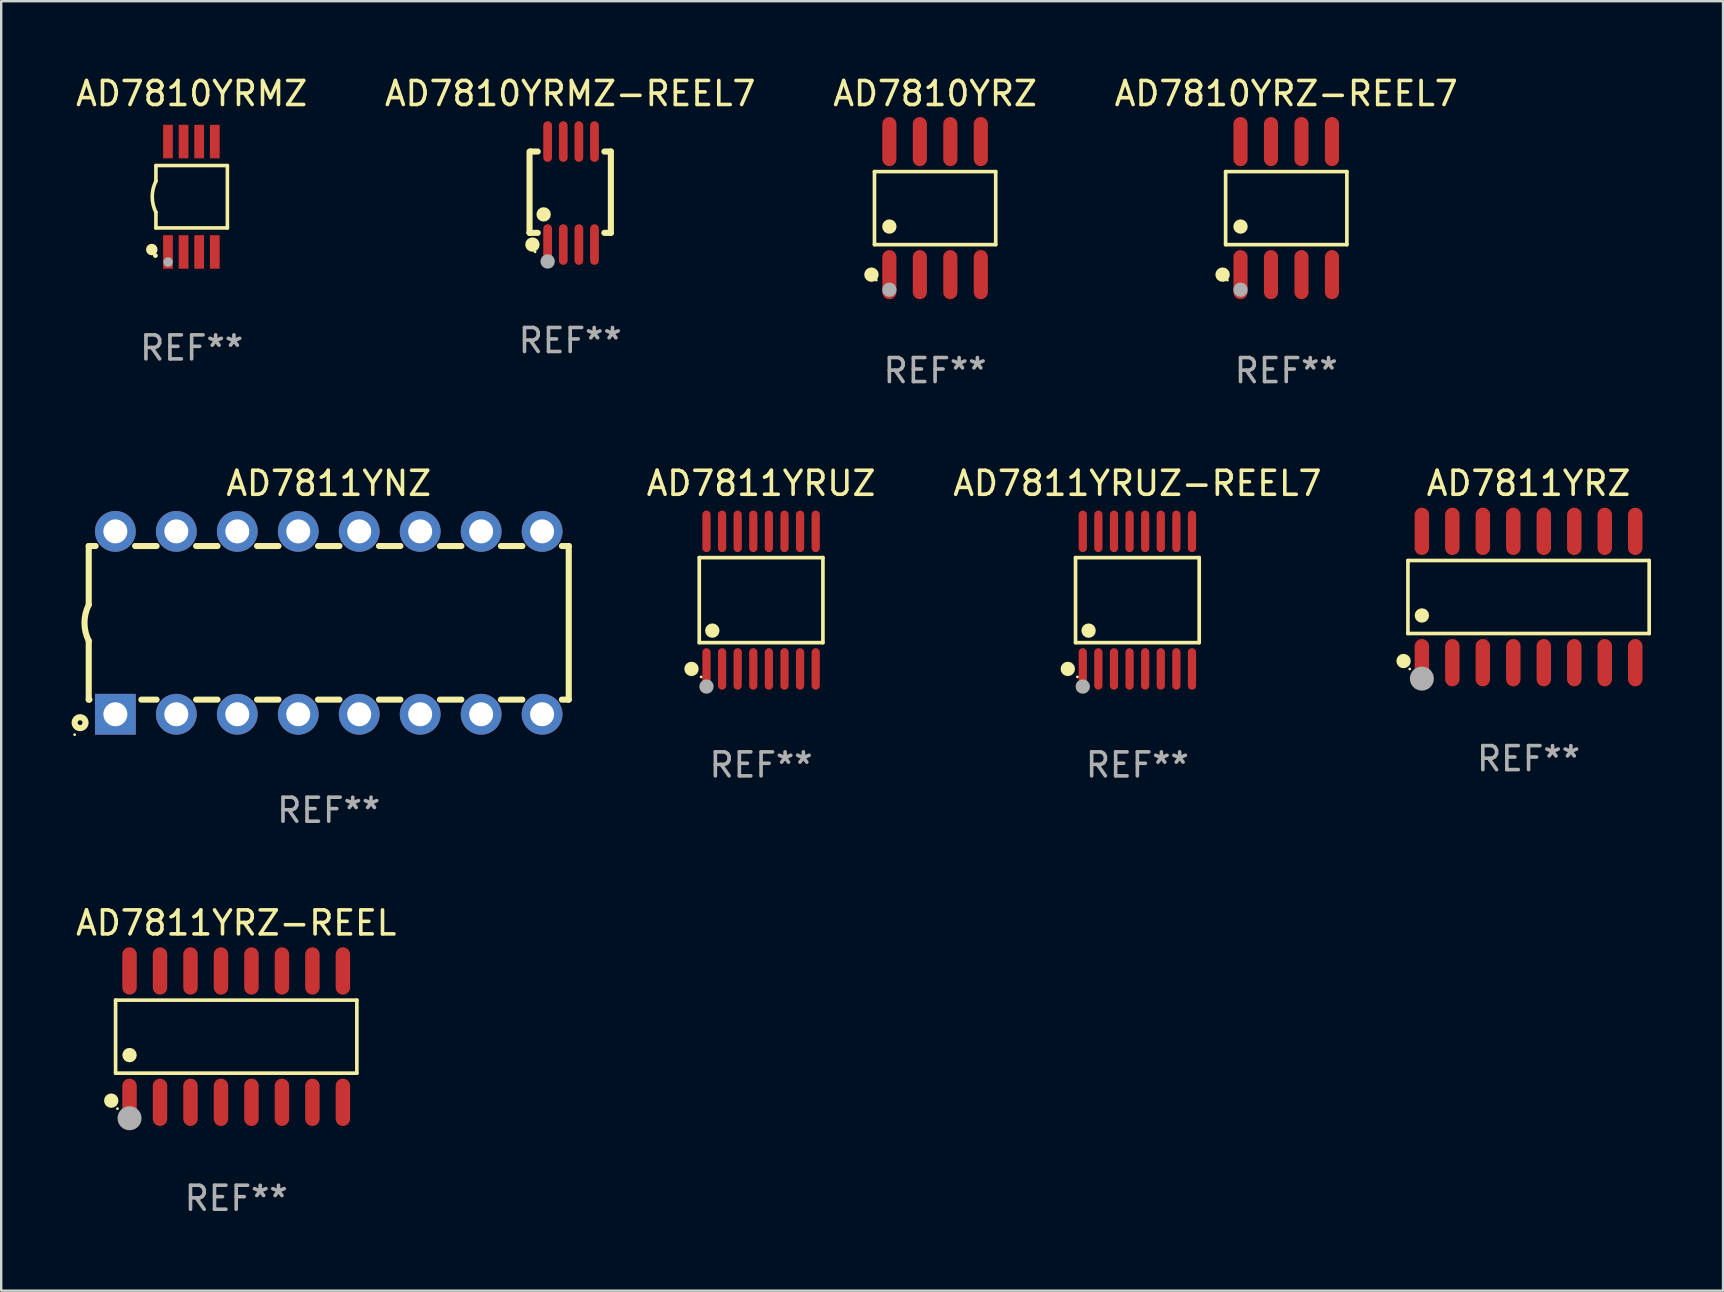
<source format=kicad_pcb>
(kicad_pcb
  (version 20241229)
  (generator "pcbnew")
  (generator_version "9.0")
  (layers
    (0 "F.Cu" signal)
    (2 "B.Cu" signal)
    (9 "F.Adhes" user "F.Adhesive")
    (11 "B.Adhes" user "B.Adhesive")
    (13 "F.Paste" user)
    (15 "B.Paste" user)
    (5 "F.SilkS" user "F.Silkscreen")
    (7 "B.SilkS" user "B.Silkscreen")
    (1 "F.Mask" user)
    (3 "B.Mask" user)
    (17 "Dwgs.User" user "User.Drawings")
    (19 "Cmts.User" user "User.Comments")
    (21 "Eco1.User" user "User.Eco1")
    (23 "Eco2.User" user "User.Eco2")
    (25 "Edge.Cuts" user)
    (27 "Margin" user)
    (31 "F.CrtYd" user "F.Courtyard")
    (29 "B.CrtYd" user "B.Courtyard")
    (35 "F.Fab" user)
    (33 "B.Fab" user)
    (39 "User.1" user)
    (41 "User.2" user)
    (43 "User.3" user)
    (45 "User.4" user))
  (footprint "AD7810YRZ-REEL7"
    (layer "F.Cu")
    (at 50.542 5.621)
    (property "Reference" "AD7810YRZ-REEL7" (at 0 -4.772 0) (layer "F.SilkS") (effects (font (size 1 1) (thickness 0.15))))
    (attr through_hole)
    (fp_line (start -2.526 -1.521) (end 2.526 -1.521) (stroke (width 0.152) (type solid)) (layer "F.SilkS"))
    (fp_line (start -2.526 1.521) (end -2.526 -1.521) (stroke (width 0.152) (type solid)) (layer "F.SilkS"))
    (fp_line (start 2.526 -1.521) (end 2.526 1.521) (stroke (width 0.152) (type solid)) (layer "F.SilkS"))
    (fp_line (start 2.526 1.521) (end -2.526 1.521) (stroke (width 0.152) (type solid)) (layer "F.SilkS"))
    (fp_circle (center -2.652 2.772) (end -2.501 2.772) (stroke (width 0.3) (type solid)) (fill no) (layer "F.SilkS"))
    (fp_circle (center -2.45 3) (end -2.42 3) (stroke (width 0.06) (type solid)) (fill no) (layer "F.SilkS"))
    (fp_circle (center -1.905 0.769) (end -1.755 0.769) (stroke (width 0.3) (type solid)) (fill no) (layer "F.SilkS"))
    (fp_circle (center -1.905 3.4) (end -1.755 3.4) (stroke (width 0.3) (type solid)) (fill no) (layer "F.Fab"))
    (fp_text user "REF**" (at 0 6.772 0) (layer "F.Fab") (effects (font (size 1 1) (thickness 0.15))))
    (pad "1" smd oval (at -1.905 2.772) (size 0.588 2.045) (layers "F.Cu" "F.Mask" "F.Paste"))
    (pad "2" smd oval (at -0.635 2.772) (size 0.588 2.045) (layers "F.Cu" "F.Mask" "F.Paste"))
    (pad "3" smd oval (at 0.635 2.772) (size 0.588 2.045) (layers "F.Cu" "F.Mask" "F.Paste"))
    (pad "4" smd oval (at 1.905 2.772) (size 0.588 2.045) (layers "F.Cu" "F.Mask" "F.Paste"))
    (pad "5" smd oval (at 1.905 -2.772) (size 0.588 2.045) (layers "F.Cu" "F.Mask" "F.Paste"))
    (pad "6" smd oval (at 0.635 -2.772) (size 0.588 2.045) (layers "F.Cu" "F.Mask" "F.Paste"))
    (pad "7" smd oval (at -0.635 -2.772) (size 0.588 2.045) (layers "F.Cu" "F.Mask" "F.Paste"))
    (pad "8" smd oval (at -1.905 -2.772) (size 0.588 2.045) (layers "F.Cu" "F.Mask" "F.Paste")))
  (footprint "AD7811YRUZ-REEL7"
    (layer "F.Cu")
    (at 44.339 21.955)
    (property "Reference" "AD7811YRUZ-REEL7" (at 0 -4.866 0) (layer "F.SilkS") (effects (font (size 1 1) (thickness 0.15))))
    (attr through_hole)
    (fp_line (start -2.576 -1.772) (end 2.576 -1.772) (stroke (width 0.152) (type solid)) (layer "F.SilkS"))
    (fp_line (start -2.576 1.771) (end -2.576 -1.772) (stroke (width 0.152) (type solid)) (layer "F.SilkS"))
    (fp_line (start 2.576 -1.772) (end 2.576 1.771) (stroke (width 0.152) (type solid)) (layer "F.SilkS"))
    (fp_line (start 2.576 1.771) (end -2.576 1.771) (stroke (width 0.152) (type solid)) (layer "F.SilkS"))
    (fp_circle (center -2.899 2.866) (end -2.749 2.866) (stroke (width 0.3) (type solid)) (fill no) (layer "F.SilkS"))
    (fp_circle (center -2.5 3.2) (end -2.47 3.2) (stroke (width 0.06) (type solid)) (fill no) (layer "F.SilkS"))
    (fp_circle (center -2.032 1.27) (end -1.882 1.27) (stroke (width 0.3) (type solid)) (fill no) (layer "F.SilkS"))
    (fp_circle (center -2.275 3.6) (end -2.125 3.6) (stroke (width 0.3) (type solid)) (fill no) (layer "F.Fab"))
    (fp_text user "REF**" (at 0 6.866 0) (layer "F.Fab") (effects (font (size 1 1) (thickness 0.15))))
    (pad "1" smd oval (at -2.275 2.866) (size 0.343 1.731) (layers "F.Cu" "F.Mask" "F.Paste"))
    (pad "2" smd oval (at -1.625 2.866) (size 0.343 1.731) (layers "F.Cu" "F.Mask" "F.Paste"))
    (pad "3" smd oval (at -0.975 2.866) (size 0.343 1.731) (layers "F.Cu" "F.Mask" "F.Paste"))
    (pad "4" smd oval (at -0.325 2.866) (size 0.343 1.731) (layers "F.Cu" "F.Mask" "F.Paste"))
    (pad "5" smd oval (at 0.325 2.866) (size 0.343 1.731) (layers "F.Cu" "F.Mask" "F.Paste"))
    (pad "6" smd oval (at 0.975 2.866) (size 0.343 1.731) (layers "F.Cu" "F.Mask" "F.Paste"))
    (pad "7" smd oval (at 1.625 2.866) (size 0.343 1.731) (layers "F.Cu" "F.Mask" "F.Paste"))
    (pad "8" smd oval (at 2.275 2.866) (size 0.343 1.731) (layers "F.Cu" "F.Mask" "F.Paste"))
    (pad "9" smd oval (at 2.275 -2.866) (size 0.343 1.731) (layers "F.Cu" "F.Mask" "F.Paste"))
    (pad "10" smd oval (at 1.625 -2.866) (size 0.343 1.731) (layers "F.Cu" "F.Mask" "F.Paste"))
    (pad "11" smd oval (at 0.975 -2.866) (size 0.343 1.731) (layers "F.Cu" "F.Mask" "F.Paste"))
    (pad "12" smd oval (at 0.325 -2.866) (size 0.343 1.731) (layers "F.Cu" "F.Mask" "F.Paste"))
    (pad "13" smd oval (at -0.325 -2.866) (size 0.343 1.731) (layers "F.Cu" "F.Mask" "F.Paste"))
    (pad "14" smd oval (at -0.975 -2.866) (size 0.343 1.731) (layers "F.Cu" "F.Mask" "F.Paste"))
    (pad "15" smd oval (at -1.625 -2.866) (size 0.343 1.731) (layers "F.Cu" "F.Mask" "F.Paste"))
    (pad "16" smd oval (at -2.275 -2.866) (size 0.343 1.731) (layers "F.Cu" "F.Mask" "F.Paste")))
  (footprint "AD7811YRZ-REEL"
    (layer "F.Cu")
    (at 6.792 40.142)
    (property "Reference" "AD7811YRZ-REEL" (at 0 -4.736 0) (layer "F.SilkS") (effects (font (size 1 1) (thickness 0.15))))
    (attr through_hole)
    (fp_line (start -5.026 -1.521) (end 5.026 -1.521) (stroke (width 0.152) (type solid)) (layer "F.SilkS"))
    (fp_line (start -5.026 1.521) (end -5.026 -1.521) (stroke (width 0.152) (type solid)) (layer "F.SilkS"))
    (fp_line (start 5.026 -1.521) (end 5.026 1.521) (stroke (width 0.152) (type solid)) (layer "F.SilkS"))
    (fp_line (start 5.026 1.521) (end -5.026 1.521) (stroke (width 0.152) (type solid)) (layer "F.SilkS"))
    (fp_circle (center -5.207 2.667) (end -5.057 2.667) (stroke (width 0.3) (type solid)) (fill no) (layer "F.SilkS"))
    (fp_circle (center -4.95 3) (end -4.92 3) (stroke (width 0.06) (type solid)) (fill no) (layer "F.SilkS"))
    (fp_circle (center -4.445 0.769) (end -4.295 0.769) (stroke (width 0.3) (type solid)) (fill no) (layer "F.SilkS"))
    (fp_circle (center -4.445 3.4) (end -4.195 3.4) (stroke (width 0.5) (type solid)) (fill no) (layer "F.Fab"))
    (fp_text user "REF**" (at 0 6.736 0) (layer "F.Fab") (effects (font (size 1 1) (thickness 0.15))))
    (pad "1" smd oval (at -4.445 2.736) (size 0.602 1.971) (layers "F.Cu" "F.Mask" "F.Paste"))
    (pad "2" smd oval (at -3.175 2.736) (size 0.602 1.971) (layers "F.Cu" "F.Mask" "F.Paste"))
    (pad "3" smd oval (at -1.905 2.736) (size 0.602 1.971) (layers "F.Cu" "F.Mask" "F.Paste"))
    (pad "4" smd oval (at -0.635 2.736) (size 0.602 1.971) (layers "F.Cu" "F.Mask" "F.Paste"))
    (pad "5" smd oval (at 0.635 2.736) (size 0.602 1.971) (layers "F.Cu" "F.Mask" "F.Paste"))
    (pad "6" smd oval (at 1.905 2.736) (size 0.602 1.971) (layers "F.Cu" "F.Mask" "F.Paste"))
    (pad "7" smd oval (at 3.175 2.736) (size 0.602 1.971) (layers "F.Cu" "F.Mask" "F.Paste"))
    (pad "8" smd oval (at 4.445 2.736) (size 0.602 1.971) (layers "F.Cu" "F.Mask" "F.Paste"))
    (pad "9" smd oval (at 4.445 -2.736) (size 0.602 1.971) (layers "F.Cu" "F.Mask" "F.Paste"))
    (pad "10" smd oval (at 3.175 -2.736) (size 0.602 1.971) (layers "F.Cu" "F.Mask" "F.Paste"))
    (pad "11" smd oval (at 1.905 -2.736) (size 0.602 1.971) (layers "F.Cu" "F.Mask" "F.Paste"))
    (pad "12" smd oval (at 0.635 -2.736) (size 0.602 1.971) (layers "F.Cu" "F.Mask" "F.Paste"))
    (pad "13" smd oval (at -0.635 -2.736) (size 0.602 1.971) (layers "F.Cu" "F.Mask" "F.Paste"))
    (pad "14" smd oval (at -1.905 -2.736) (size 0.602 1.971) (layers "F.Cu" "F.Mask" "F.Paste"))
    (pad "15" smd oval (at -3.175 -2.736) (size 0.602 1.971) (layers "F.Cu" "F.Mask" "F.Paste"))
    (pad "16" smd oval (at -4.445 -2.736) (size 0.602 1.971) (layers "F.Cu" "F.Mask" "F.Paste")))
  (footprint "AD7811YRUZ"
    (layer "F.Cu")
    (at 28.661 21.955)
    (property "Reference" "AD7811YRUZ" (at 0 -4.866 0) (layer "F.SilkS") (effects (font (size 1 1) (thickness 0.15))))
    (attr through_hole)
    (fp_line (start -2.576 -1.772) (end 2.576 -1.772) (stroke (width 0.152) (type solid)) (layer "F.SilkS"))
    (fp_line (start -2.576 1.771) (end -2.576 -1.772) (stroke (width 0.152) (type solid)) (layer "F.SilkS"))
    (fp_line (start 2.576 -1.772) (end 2.576 1.771) (stroke (width 0.152) (type solid)) (layer "F.SilkS"))
    (fp_line (start 2.576 1.771) (end -2.576 1.771) (stroke (width 0.152) (type solid)) (layer "F.SilkS"))
    (fp_circle (center -2.899 2.866) (end -2.749 2.866) (stroke (width 0.3) (type solid)) (fill no) (layer "F.SilkS"))
    (fp_circle (center -2.5 3.2) (end -2.47 3.2) (stroke (width 0.06) (type solid)) (fill no) (layer "F.SilkS"))
    (fp_circle (center -2.032 1.27) (end -1.882 1.27) (stroke (width 0.3) (type solid)) (fill no) (layer "F.SilkS"))
    (fp_circle (center -2.275 3.6) (end -2.125 3.6) (stroke (width 0.3) (type solid)) (fill no) (layer "F.Fab"))
    (fp_text user "REF**" (at 0 6.866 0) (layer "F.Fab") (effects (font (size 1 1) (thickness 0.15))))
    (pad "1" smd oval (at -2.275 2.866) (size 0.343 1.731) (layers "F.Cu" "F.Mask" "F.Paste"))
    (pad "2" smd oval (at -1.625 2.866) (size 0.343 1.731) (layers "F.Cu" "F.Mask" "F.Paste"))
    (pad "3" smd oval (at -0.975 2.866) (size 0.343 1.731) (layers "F.Cu" "F.Mask" "F.Paste"))
    (pad "4" smd oval (at -0.325 2.866) (size 0.343 1.731) (layers "F.Cu" "F.Mask" "F.Paste"))
    (pad "5" smd oval (at 0.325 2.866) (size 0.343 1.731) (layers "F.Cu" "F.Mask" "F.Paste"))
    (pad "6" smd oval (at 0.975 2.866) (size 0.343 1.731) (layers "F.Cu" "F.Mask" "F.Paste"))
    (pad "7" smd oval (at 1.625 2.866) (size 0.343 1.731) (layers "F.Cu" "F.Mask" "F.Paste"))
    (pad "8" smd oval (at 2.275 2.866) (size 0.343 1.731) (layers "F.Cu" "F.Mask" "F.Paste"))
    (pad "9" smd oval (at 2.275 -2.866) (size 0.343 1.731) (layers "F.Cu" "F.Mask" "F.Paste"))
    (pad "10" smd oval (at 1.625 -2.866) (size 0.343 1.731) (layers "F.Cu" "F.Mask" "F.Paste"))
    (pad "11" smd oval (at 0.975 -2.866) (size 0.343 1.731) (layers "F.Cu" "F.Mask" "F.Paste"))
    (pad "12" smd oval (at 0.325 -2.866) (size 0.343 1.731) (layers "F.Cu" "F.Mask" "F.Paste"))
    (pad "13" smd oval (at -0.325 -2.866) (size 0.343 1.731) (layers "F.Cu" "F.Mask" "F.Paste"))
    (pad "14" smd oval (at -0.975 -2.866) (size 0.343 1.731) (layers "F.Cu" "F.Mask" "F.Paste"))
    (pad "15" smd oval (at -1.625 -2.866) (size 0.343 1.731) (layers "F.Cu" "F.Mask" "F.Paste"))
    (pad "16" smd oval (at -2.275 -2.866) (size 0.343 1.731) (layers "F.Cu" "F.Mask" "F.Paste")))
  (footprint "AD7811YNZ"
    (layer "F.Cu")
    (at 10.647 22.9)
    (property "Reference" "AD7811YNZ" (at 0 -5.81 0) (layer "F.SilkS") (effects (font (size 1 1) (thickness 0.15))))
    (attr through_hole)
    (fp_line (start -10 -3.2) (end -10 -0.75) (stroke (width 0.254) (type solid)) (layer "F.SilkS"))
    (fp_line (start -10 -3.2) (end -9.713 -3.2) (stroke (width 0.254) (type solid)) (layer "F.SilkS"))
    (fp_line (start -10 3.2) (end -10 0.75) (stroke (width 0.254) (type solid)) (layer "F.SilkS"))
    (fp_line (start -10 3.2) (end -9.971 3.2) (stroke (width 0.254) (type solid)) (layer "F.SilkS"))
    (fp_line (start -8.067 -3.2) (end -7.173 -3.2) (stroke (width 0.254) (type solid)) (layer "F.SilkS"))
    (fp_line (start -7.809 3.2) (end -7.173 3.2) (stroke (width 0.254) (type solid)) (layer "F.SilkS"))
    (fp_line (start -5.527 3.2) (end -4.633 3.2) (stroke (width 0.254) (type solid)) (layer "F.SilkS"))
    (fp_line (start -5.527 -3.2) (end -4.633 -3.2) (stroke (width 0.254) (type solid)) (layer "F.SilkS"))
    (fp_line (start -2.987 3.2) (end -2.093 3.2) (stroke (width 0.254) (type solid)) (layer "F.SilkS"))
    (fp_line (start -2.987 -3.2) (end -2.093 -3.2) (stroke (width 0.254) (type solid)) (layer "F.SilkS"))
    (fp_line (start -0.447 3.2) (end 0.447 3.2) (stroke (width 0.254) (type solid)) (layer "F.SilkS"))
    (fp_line (start -0.447 -3.2) (end 0.447 -3.2) (stroke (width 0.254) (type solid)) (layer "F.SilkS"))
    (fp_line (start 2.093 3.2) (end 2.987 3.2) (stroke (width 0.254) (type solid)) (layer "F.SilkS"))
    (fp_line (start 2.093 -3.2) (end 2.987 -3.2) (stroke (width 0.254) (type solid)) (layer "F.SilkS"))
    (fp_line (start 4.633 3.2) (end 5.527 3.2) (stroke (width 0.254) (type solid)) (layer "F.SilkS"))
    (fp_line (start 4.633 -3.2) (end 5.527 -3.2) (stroke (width 0.254) (type solid)) (layer "F.SilkS"))
    (fp_line (start 7.173 3.2) (end 8.067 3.2) (stroke (width 0.254) (type solid)) (layer "F.SilkS"))
    (fp_line (start 7.173 -3.2) (end 8.067 -3.2) (stroke (width 0.254) (type solid)) (layer "F.SilkS"))
    (fp_line (start 9.713 3.2) (end 10 3.2) (stroke (width 0.254) (type solid)) (layer "F.SilkS"))
    (fp_line (start 9.713 -3.2) (end 10 -3.2) (stroke (width 0.254) (type solid)) (layer "F.SilkS"))
    (fp_line (start 10 -3.2) (end 10 3.2) (stroke (width 0.254) (type solid)) (layer "F.SilkS"))
    (fp_arc (start -10 0.748793) (mid -10.176918 -0.000607) (end -10.000025 -0.750013) (stroke (width 0.254001) (type solid)) (layer "F.SilkS"))
    (fp_circle (center -10.587 4.66) (end -10.557 4.66) (stroke (width 0.06) (type solid)) (fill no) (layer "F.SilkS"))
    (fp_circle (center -10.36 4.16) (end -10.26 4.16) (stroke (width 0.254) (type solid)) (fill no) (layer "F.SilkS"))
    (fp_text user "REF**" (at 0 7.81 0) (layer "F.Fab") (effects (font (size 1 1) (thickness 0.15))))
    (pad "1" thru_hole rect (at -8.89 3.81 90) (size 1.7 1.7) (drill 1) (layers "*.Cu" "*.Mask"))
    (pad "2" thru_hole circle (at -6.35 3.81) (size 1.7 1.7) (drill 1) (layers "*.Cu" "*.Mask"))
    (pad "3" thru_hole circle (at -3.81 3.81) (size 1.7 1.7) (drill 1) (layers "*.Cu" "*.Mask"))
    (pad "4" thru_hole circle (at -1.27 3.81) (size 1.7 1.7) (drill 1) (layers "*.Cu" "*.Mask"))
    (pad "5" thru_hole circle (at 1.27 3.81) (size 1.7 1.7) (drill 1) (layers "*.Cu" "*.Mask"))
    (pad "6" thru_hole circle (at 3.81 3.81) (size 1.7 1.7) (drill 1) (layers "*.Cu" "*.Mask"))
    (pad "7" thru_hole circle (at 6.35 3.81) (size 1.7 1.7) (drill 1) (layers "*.Cu" "*.Mask"))
    (pad "8" thru_hole circle (at 8.89 3.81) (size 1.7 1.7) (drill 1) (layers "*.Cu" "*.Mask"))
    (pad "9" thru_hole circle (at 8.89 -3.81) (size 1.7 1.7) (drill 1) (layers "*.Cu" "*.Mask"))
    (pad "10" thru_hole circle (at 6.35 -3.81) (size 1.7 1.7) (drill 1) (layers "*.Cu" "*.Mask"))
    (pad "11" thru_hole circle (at 3.81 -3.81) (size 1.7 1.7) (drill 1) (layers "*.Cu" "*.Mask"))
    (pad "12" thru_hole circle (at 1.27 -3.81) (size 1.7 1.7) (drill 1) (layers "*.Cu" "*.Mask"))
    (pad "13" thru_hole circle (at -1.27 -3.81) (size 1.7 1.7) (drill 1) (layers "*.Cu" "*.Mask"))
    (pad "14" thru_hole circle (at -3.81 -3.81) (size 1.7 1.7) (drill 1) (layers "*.Cu" "*.Mask"))
    (pad "15" thru_hole circle (at -6.35 -3.81) (size 1.7 1.7) (drill 1) (layers "*.Cu" "*.Mask"))
    (pad "16" thru_hole circle (at -8.89 -3.81) (size 1.7 1.7) (drill 1) (layers "*.Cu" "*.Mask")))
  (footprint "AD7810YRZ"
    (layer "F.Cu")
    (at 35.911 5.621)
    (property "Reference" "AD7810YRZ" (at 0 -4.772 0) (layer "F.SilkS") (effects (font (size 1 1) (thickness 0.15))))
    (attr through_hole)
    (fp_line (start -2.526 -1.521) (end 2.526 -1.521) (stroke (width 0.152) (type solid)) (layer "F.SilkS"))
    (fp_line (start -2.526 1.521) (end -2.526 -1.521) (stroke (width 0.152) (type solid)) (layer "F.SilkS"))
    (fp_line (start 2.526 -1.521) (end 2.526 1.521) (stroke (width 0.152) (type solid)) (layer "F.SilkS"))
    (fp_line (start 2.526 1.521) (end -2.526 1.521) (stroke (width 0.152) (type solid)) (layer "F.SilkS"))
    (fp_circle (center -2.652 2.772) (end -2.501 2.772) (stroke (width 0.3) (type solid)) (fill no) (layer "F.SilkS"))
    (fp_circle (center -2.45 3) (end -2.42 3) (stroke (width 0.06) (type solid)) (fill no) (layer "F.SilkS"))
    (fp_circle (center -1.905 0.769) (end -1.755 0.769) (stroke (width 0.3) (type solid)) (fill no) (layer "F.SilkS"))
    (fp_circle (center -1.905 3.4) (end -1.755 3.4) (stroke (width 0.3) (type solid)) (fill no) (layer "F.Fab"))
    (fp_text user "REF**" (at 0 6.772 0) (layer "F.Fab") (effects (font (size 1 1) (thickness 0.15))))
    (pad "1" smd oval (at -1.905 2.772) (size 0.588 2.045) (layers "F.Cu" "F.Mask" "F.Paste"))
    (pad "2" smd oval (at -0.635 2.772) (size 0.588 2.045) (layers "F.Cu" "F.Mask" "F.Paste"))
    (pad "3" smd oval (at 0.635 2.772) (size 0.588 2.045) (layers "F.Cu" "F.Mask" "F.Paste"))
    (pad "4" smd oval (at 1.905 2.772) (size 0.588 2.045) (layers "F.Cu" "F.Mask" "F.Paste"))
    (pad "5" smd oval (at 1.905 -2.772) (size 0.588 2.045) (layers "F.Cu" "F.Mask" "F.Paste"))
    (pad "6" smd oval (at 0.635 -2.772) (size 0.588 2.045) (layers "F.Cu" "F.Mask" "F.Paste"))
    (pad "7" smd oval (at -0.635 -2.772) (size 0.588 2.045) (layers "F.Cu" "F.Mask" "F.Paste"))
    (pad "8" smd oval (at -1.905 -2.772) (size 0.588 2.045) (layers "F.Cu" "F.Mask" "F.Paste")))
  (footprint "AD7810YRMZ-REEL7"
    (layer "F.Cu")
    (at 20.708 4.994)
    (property "Reference" "AD7810YRMZ-REEL7" (at 0 -4.146 0) (layer "F.SilkS") (effects (font (size 1 1) (thickness 0.15))))
    (attr through_hole)
    (fp_line (start -1.694 -1.724) (end -1.694 1.652) (stroke (width 0.254) (type solid)) (layer "F.SilkS"))
    (fp_line (start -1.694 1.652) (end -1.688 1.658) (stroke (width 0.254) (type solid)) (layer "F.SilkS"))
    (fp_line (start -1.688 1.658) (end -1.353 1.658) (stroke (width 0.254) (type solid)) (layer "F.SilkS"))
    (fp_line (start -1.661 -1.73) (end -1.681 -1.71) (stroke (width 0.254) (type solid)) (layer "F.SilkS"))
    (fp_line (start -1.353 -1.73) (end -1.661 -1.73) (stroke (width 0.254) (type solid)) (layer "F.SilkS"))
    (fp_line (start 1.424 1.658) (end 1.694 1.658) (stroke (width 0.254) (type solid)) (layer "F.SilkS"))
    (fp_line (start 1.694 -1.73) (end 1.424 -1.73) (stroke (width 0.254) (type solid)) (layer "F.SilkS"))
    (fp_line (start 1.694 1.658) (end 1.694 -1.73) (stroke (width 0.254) (type solid)) (layer "F.SilkS"))
    (fp_circle (center -1.574 2.146) (end -1.424 2.146) (stroke (width 0.3) (type solid)) (fill no) (layer "F.SilkS"))
    (fp_circle (center -1.464 2.45) (end -1.434 2.45) (stroke (width 0.06) (type solid)) (fill no) (layer "F.SilkS"))
    (fp_circle (center -1.107 0.889) (end -0.957 0.889) (stroke (width 0.3) (type solid)) (fill no) (layer "F.SilkS"))
    (fp_circle (center -0.94 2.85) (end -0.789 2.85) (stroke (width 0.3) (type solid)) (fill no) (layer "F.Fab"))
    (fp_text user "REF**" (at 0 6.146 0) (layer "F.Fab") (effects (font (size 1 1) (thickness 0.15))))
    (pad "1" smd oval (at -0.94 2.146) (size 0.364 1.692) (layers "F.Cu" "F.Mask" "F.Paste"))
    (pad "2" smd oval (at -0.289 2.146) (size 0.364 1.692) (layers "F.Cu" "F.Mask" "F.Paste"))
    (pad "3" smd oval (at 0.361 2.146) (size 0.364 1.692) (layers "F.Cu" "F.Mask" "F.Paste"))
    (pad "4" smd oval (at 1.011 2.146) (size 0.364 1.692) (layers "F.Cu" "F.Mask" "F.Paste"))
    (pad "5" smd oval (at 1.011 -2.146) (size 0.364 1.692) (layers "F.Cu" "F.Mask" "F.Paste"))
    (pad "6" smd oval (at 0.361 -2.146) (size 0.364 1.692) (layers "F.Cu" "F.Mask" "F.Paste"))
    (pad "7" smd oval (at -0.289 -2.146) (size 0.364 1.692) (layers "F.Cu" "F.Mask" "F.Paste"))
    (pad "8" smd oval (at -0.94 -2.146) (size 0.364 1.692) (layers "F.Cu" "F.Mask" "F.Paste")))
  (footprint "AD7811YRZ"
    (layer "F.Cu")
    (at 60.638 21.825)
    (property "Reference" "AD7811YRZ" (at 0 -4.736 0) (layer "F.SilkS") (effects (font (size 1 1) (thickness 0.15))))
    (attr through_hole)
    (fp_line (start -5.026 -1.521) (end 5.026 -1.521) (stroke (width 0.152) (type solid)) (layer "F.SilkS"))
    (fp_line (start -5.026 1.521) (end -5.026 -1.521) (stroke (width 0.152) (type solid)) (layer "F.SilkS"))
    (fp_line (start 5.026 -1.521) (end 5.026 1.521) (stroke (width 0.152) (type solid)) (layer "F.SilkS"))
    (fp_line (start 5.026 1.521) (end -5.026 1.521) (stroke (width 0.152) (type solid)) (layer "F.SilkS"))
    (fp_circle (center -5.207 2.667) (end -5.057 2.667) (stroke (width 0.3) (type solid)) (fill no) (layer "F.SilkS"))
    (fp_circle (center -4.95 3) (end -4.92 3) (stroke (width 0.06) (type solid)) (fill no) (layer "F.SilkS"))
    (fp_circle (center -4.445 0.769) (end -4.295 0.769) (stroke (width 0.3) (type solid)) (fill no) (layer "F.SilkS"))
    (fp_circle (center -4.445 3.4) (end -4.195 3.4) (stroke (width 0.5) (type solid)) (fill no) (layer "F.Fab"))
    (fp_text user "REF**" (at 0 6.736 0) (layer "F.Fab") (effects (font (size 1 1) (thickness 0.15))))
    (pad "1" smd oval (at -4.445 2.736) (size 0.602 1.971) (layers "F.Cu" "F.Mask" "F.Paste"))
    (pad "2" smd oval (at -3.175 2.736) (size 0.602 1.971) (layers "F.Cu" "F.Mask" "F.Paste"))
    (pad "3" smd oval (at -1.905 2.736) (size 0.602 1.971) (layers "F.Cu" "F.Mask" "F.Paste"))
    (pad "4" smd oval (at -0.635 2.736) (size 0.602 1.971) (layers "F.Cu" "F.Mask" "F.Paste"))
    (pad "5" smd oval (at 0.635 2.736) (size 0.602 1.971) (layers "F.Cu" "F.Mask" "F.Paste"))
    (pad "6" smd oval (at 1.905 2.736) (size 0.602 1.971) (layers "F.Cu" "F.Mask" "F.Paste"))
    (pad "7" smd oval (at 3.175 2.736) (size 0.602 1.971) (layers "F.Cu" "F.Mask" "F.Paste"))
    (pad "8" smd oval (at 4.445 2.736) (size 0.602 1.971) (layers "F.Cu" "F.Mask" "F.Paste"))
    (pad "9" smd oval (at 4.445 -2.736) (size 0.602 1.971) (layers "F.Cu" "F.Mask" "F.Paste"))
    (pad "10" smd oval (at 3.175 -2.736) (size 0.602 1.971) (layers "F.Cu" "F.Mask" "F.Paste"))
    (pad "11" smd oval (at 1.905 -2.736) (size 0.602 1.971) (layers "F.Cu" "F.Mask" "F.Paste"))
    (pad "12" smd oval (at 0.635 -2.736) (size 0.602 1.971) (layers "F.Cu" "F.Mask" "F.Paste"))
    (pad "13" smd oval (at -0.635 -2.736) (size 0.602 1.971) (layers "F.Cu" "F.Mask" "F.Paste"))
    (pad "14" smd oval (at -1.905 -2.736) (size 0.602 1.971) (layers "F.Cu" "F.Mask" "F.Paste"))
    (pad "15" smd oval (at -3.175 -2.736) (size 0.602 1.971) (layers "F.Cu" "F.Mask" "F.Paste"))
    (pad "16" smd oval (at -4.445 -2.736) (size 0.602 1.971) (layers "F.Cu" "F.Mask" "F.Paste")))
  (footprint "AD7810YRMZ"
    (layer "F.Cu")
    (at 4.935 5.148)
    (property "Reference" "AD7810YRMZ" (at 0 -4.3 0) (layer "F.SilkS") (effects (font (size 1 1) (thickness 0.15))))
    (attr through_hole)
    (fp_line (start -1.489 -1.3) (end -1.489 -0.648) (stroke (width 0.15) (type solid)) (layer "F.SilkS"))
    (fp_line (start -1.489 0.648) (end -1.489 1.3) (stroke (width 0.15) (type solid)) (layer "F.SilkS"))
    (fp_line (start -1.489 1.3) (end 1.489 1.3) (stroke (width 0.15) (type solid)) (layer "F.SilkS"))
    (fp_line (start 1.489 -1.3) (end -1.489 -1.3) (stroke (width 0.15) (type solid)) (layer "F.SilkS"))
    (fp_line (start 1.489 1.3) (end 1.489 -1.3) (stroke (width 0.15) (type solid)) (layer "F.SilkS"))
    (fp_arc (start -1.489205 0.647702) (mid -1.642107 0) (end -1.489205 -0.647701) (stroke (width 0.150013) (type solid)) (layer "F.SilkS"))
    (fp_circle (center -1.661 2.2) (end -1.541 2.2) (stroke (width 0.24) (type solid)) (fill no) (layer "F.SilkS"))
    (fp_circle (center -1.511 2.45) (end -1.461 2.45) (stroke (width 0.1) (type solid)) (fill no) (layer "F.SilkS"))
    (fp_circle (center -0.981 2.72) (end -0.881 2.72) (stroke (width 0.2) (type solid)) (fill no) (layer "F.Fab"))
    (fp_text user "REF**" (at 0 6.3 0) (layer "F.Fab") (effects (font (size 1 1) (thickness 0.15))))
    (pad "1" smd rect (at -0.986 2.3) (size 0.406 1.397) (layers "F.Cu" "F.Mask" "F.Paste"))
    (pad "2" smd rect (at -0.336 2.3) (size 0.406 1.397) (layers "F.Cu" "F.Mask" "F.Paste"))
    (pad "3" smd rect (at 0.314 2.3) (size 0.406 1.397) (layers "F.Cu" "F.Mask" "F.Paste"))
    (pad "4" smd rect (at 0.964 2.3) (size 0.406 1.397) (layers "F.Cu" "F.Mask" "F.Paste"))
    (pad "5" smd rect (at 0.964 -2.3) (size 0.406 1.397) (layers "F.Cu" "F.Mask" "F.Paste"))
    (pad "6" smd rect (at 0.314 -2.3) (size 0.406 1.397) (layers "F.Cu" "F.Mask" "F.Paste"))
    (pad "7" smd rect (at -0.336 -2.3) (size 0.406 1.397) (layers "F.Cu" "F.Mask" "F.Paste"))
    (pad "8" smd rect (at -0.986 -2.3) (size 0.406 1.397) (layers "F.Cu" "F.Mask" "F.Paste")))
  (gr_rect
    (start -3 -3)
    (end 68.741 50.726)
    (stroke (width 0.1) (type default))
    (fill no)
    (layer "Edge.Cuts")))
</source>
